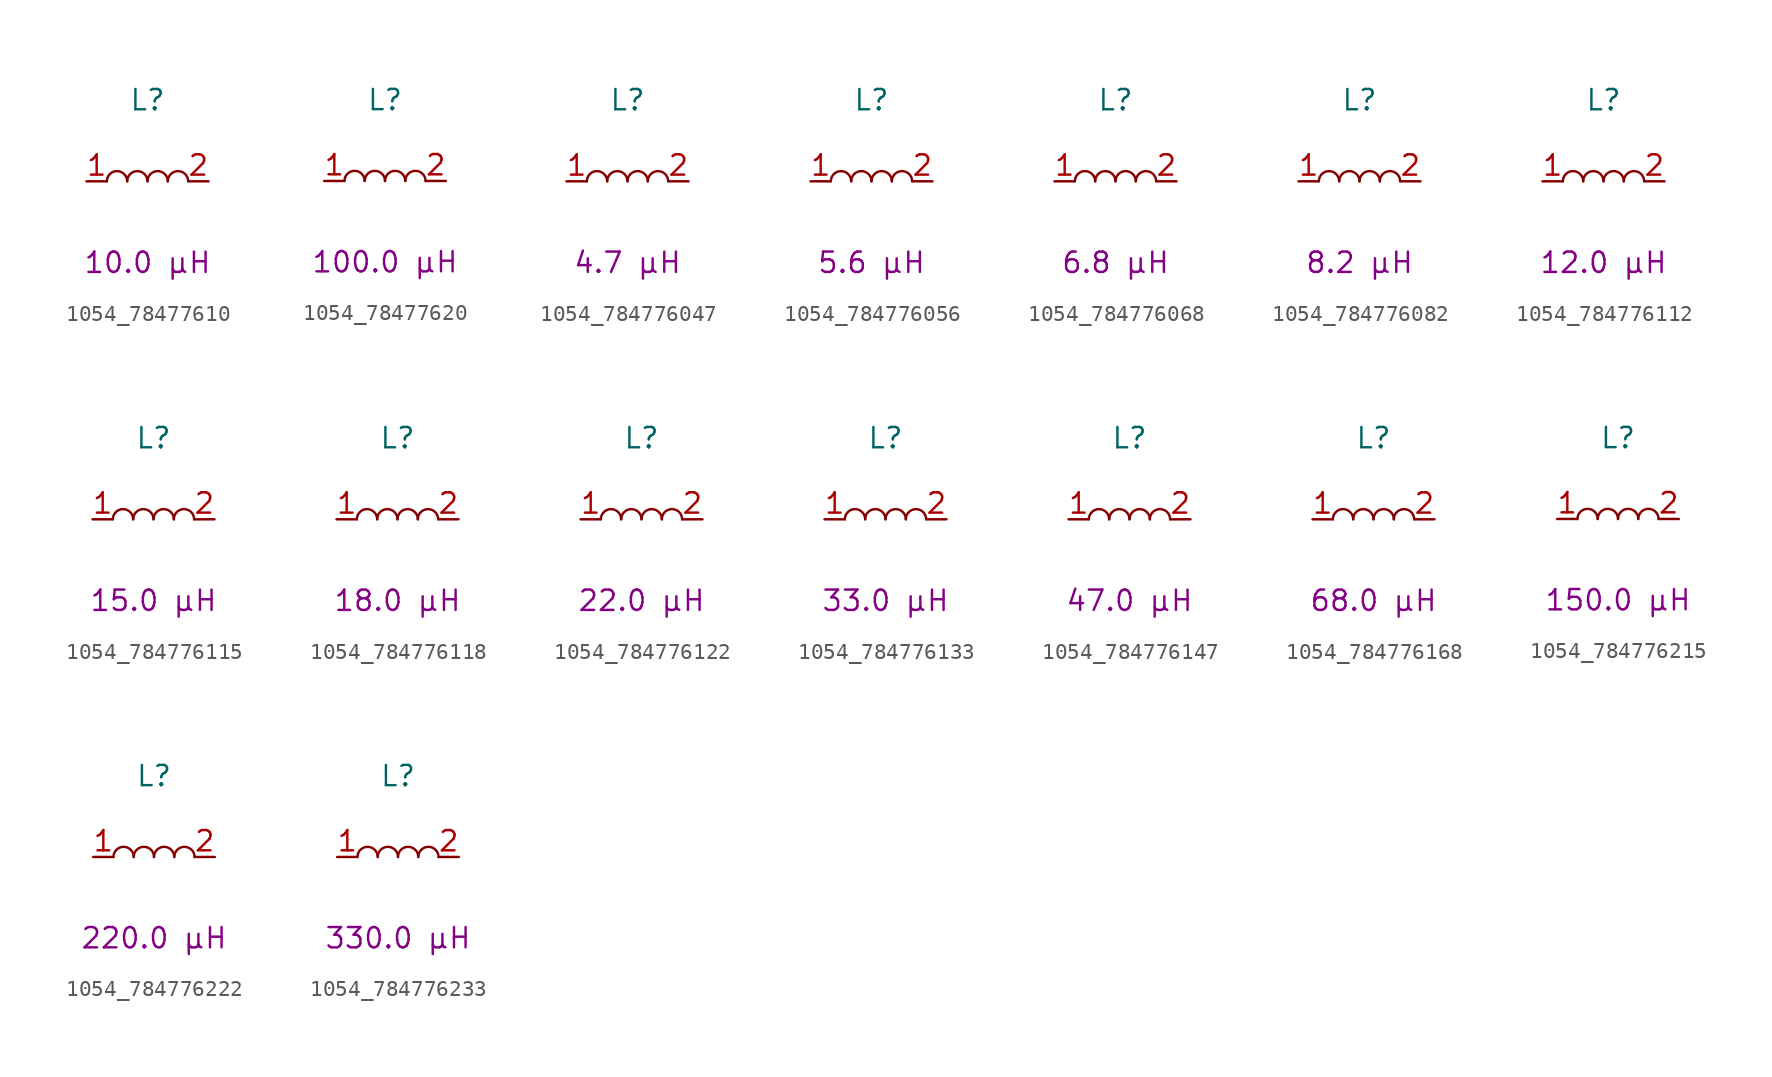
<source format=kicad_sym>
(kicad_symbol_lib
  (version 20220914)
  (generator kicad_symbol_editor)
  (symbol "1054_78477610"
    (pin_names hide)
    (property "Reference" "L"
      (at 0 5.08 0)
      (effects (font (size 1.27 1.27))))
    (property "Critical Parameter" "10.0 µH"
      (at 0 -5.08 0)
      (effects (font (size 1.27 1.27))))
    (symbol "1054_78477610_0_1"
      (arc (start -1.27 0) (mid -1.905 0.6323) (end -2.54 0) (stroke (width 0) (type default)) (fill (type none)))
      (arc (start 0 0) (mid -0.635 0.6323) (end -1.27 0) (stroke (width 0) (type default)) (fill (type none)))
      (arc (start 1.27 0) (mid 0.635 0.6323) (end 0 0) (stroke (width 0) (type default)) (fill (type none)))
      (arc (start 2.54 0) (mid 1.905 0.6323) (end 1.27 0) (stroke (width 0) (type default)) (fill (type none))))
    (symbol "1054_78477610_1_1"
      (pin passive line (at -3.81 0 0) (length 1.27) (name "1" (effects (font (size 1.27 1.27)))) (number "1" (effects (font (size 1.27 1.27)))))
      (pin passive line (at 3.81 0 180) (length 1.27) (name "2" (effects (font (size 1.27 1.27)))) (number "2" (effects (font (size 1.27 1.27)))))))
  (symbol "1054_78477620"
    (pin_names hide)
    (property "Reference" "L"
      (at 0 5.08 0)
      (effects (font (size 1.27 1.27))))
    (property "Critical Parameter" "100.0 µH"
      (at 0 -5.08 0)
      (effects (font (size 1.27 1.27))))
    (symbol "1054_78477620_0_1"
      (arc (start -1.27 0) (mid -1.905 0.6323) (end -2.54 0) (stroke (width 0) (type default)) (fill (type none)))
      (arc (start 0 0) (mid -0.635 0.6323) (end -1.27 0) (stroke (width 0) (type default)) (fill (type none)))
      (arc (start 1.27 0) (mid 0.635 0.6323) (end 0 0) (stroke (width 0) (type default)) (fill (type none)))
      (arc (start 2.54 0) (mid 1.905 0.6323) (end 1.27 0) (stroke (width 0) (type default)) (fill (type none))))
    (symbol "1054_78477620_1_1"
      (pin passive line (at -3.81 0 0) (length 1.27) (name "1" (effects (font (size 1.27 1.27)))) (number "1" (effects (font (size 1.27 1.27)))))
      (pin passive line (at 3.81 0 180) (length 1.27) (name "2" (effects (font (size 1.27 1.27)))) (number "2" (effects (font (size 1.27 1.27)))))))
  (symbol "1054_784776047"
    (pin_names hide)
    (property "Reference" "L"
      (at 0 5.08 0)
      (effects (font (size 1.27 1.27))))
    (property "Critical Parameter" "4.7 µH"
      (at 0 -5.08 0)
      (effects (font (size 1.27 1.27))))
    (symbol "1054_784776047_0_1"
      (arc (start -1.27 0) (mid -1.905 0.6323) (end -2.54 0) (stroke (width 0) (type default)) (fill (type none)))
      (arc (start 0 0) (mid -0.635 0.6323) (end -1.27 0) (stroke (width 0) (type default)) (fill (type none)))
      (arc (start 1.27 0) (mid 0.635 0.6323) (end 0 0) (stroke (width 0) (type default)) (fill (type none)))
      (arc (start 2.54 0) (mid 1.905 0.6323) (end 1.27 0) (stroke (width 0) (type default)) (fill (type none))))
    (symbol "1054_784776047_1_1"
      (pin passive line (at -3.81 0 0) (length 1.27) (name "1" (effects (font (size 1.27 1.27)))) (number "1" (effects (font (size 1.27 1.27)))))
      (pin passive line (at 3.81 0 180) (length 1.27) (name "2" (effects (font (size 1.27 1.27)))) (number "2" (effects (font (size 1.27 1.27)))))))
  (symbol "1054_784776056"
    (pin_names hide)
    (property "Reference" "L"
      (at 0 5.08 0)
      (effects (font (size 1.27 1.27))))
    (property "Critical Parameter" "5.6 µH"
      (at 0 -5.08 0)
      (effects (font (size 1.27 1.27))))
    (symbol "1054_784776056_0_1"
      (arc (start -1.27 0) (mid -1.905 0.6323) (end -2.54 0) (stroke (width 0) (type default)) (fill (type none)))
      (arc (start 0 0) (mid -0.635 0.6323) (end -1.27 0) (stroke (width 0) (type default)) (fill (type none)))
      (arc (start 1.27 0) (mid 0.635 0.6323) (end 0 0) (stroke (width 0) (type default)) (fill (type none)))
      (arc (start 2.54 0) (mid 1.905 0.6323) (end 1.27 0) (stroke (width 0) (type default)) (fill (type none))))
    (symbol "1054_784776056_1_1"
      (pin passive line (at -3.81 0 0) (length 1.27) (name "1" (effects (font (size 1.27 1.27)))) (number "1" (effects (font (size 1.27 1.27)))))
      (pin passive line (at 3.81 0 180) (length 1.27) (name "2" (effects (font (size 1.27 1.27)))) (number "2" (effects (font (size 1.27 1.27)))))))
  (symbol "1054_784776068"
    (pin_names hide)
    (property "Reference" "L"
      (at 0 5.08 0)
      (effects (font (size 1.27 1.27))))
    (property "Critical Parameter" "6.8 µH"
      (at 0 -5.08 0)
      (effects (font (size 1.27 1.27))))
    (symbol "1054_784776068_0_1"
      (arc (start -1.27 0) (mid -1.905 0.6323) (end -2.54 0) (stroke (width 0) (type default)) (fill (type none)))
      (arc (start 0 0) (mid -0.635 0.6323) (end -1.27 0) (stroke (width 0) (type default)) (fill (type none)))
      (arc (start 1.27 0) (mid 0.635 0.6323) (end 0 0) (stroke (width 0) (type default)) (fill (type none)))
      (arc (start 2.54 0) (mid 1.905 0.6323) (end 1.27 0) (stroke (width 0) (type default)) (fill (type none))))
    (symbol "1054_784776068_1_1"
      (pin passive line (at -3.81 0 0) (length 1.27) (name "1" (effects (font (size 1.27 1.27)))) (number "1" (effects (font (size 1.27 1.27)))))
      (pin passive line (at 3.81 0 180) (length 1.27) (name "2" (effects (font (size 1.27 1.27)))) (number "2" (effects (font (size 1.27 1.27)))))))
  (symbol "1054_784776082"
    (pin_names hide)
    (property "Reference" "L"
      (at 0 5.08 0)
      (effects (font (size 1.27 1.27))))
    (property "Critical Parameter" "8.2 µH"
      (at 0 -5.08 0)
      (effects (font (size 1.27 1.27))))
    (symbol "1054_784776082_0_1"
      (arc (start -1.27 0) (mid -1.905 0.6323) (end -2.54 0) (stroke (width 0) (type default)) (fill (type none)))
      (arc (start 0 0) (mid -0.635 0.6323) (end -1.27 0) (stroke (width 0) (type default)) (fill (type none)))
      (arc (start 1.27 0) (mid 0.635 0.6323) (end 0 0) (stroke (width 0) (type default)) (fill (type none)))
      (arc (start 2.54 0) (mid 1.905 0.6323) (end 1.27 0) (stroke (width 0) (type default)) (fill (type none))))
    (symbol "1054_784776082_1_1"
      (pin passive line (at -3.81 0 0) (length 1.27) (name "1" (effects (font (size 1.27 1.27)))) (number "1" (effects (font (size 1.27 1.27)))))
      (pin passive line (at 3.81 0 180) (length 1.27) (name "2" (effects (font (size 1.27 1.27)))) (number "2" (effects (font (size 1.27 1.27)))))))
  (symbol "1054_784776112"
    (pin_names hide)
    (property "Reference" "L"
      (at 0 5.08 0)
      (effects (font (size 1.27 1.27))))
    (property "Critical Parameter" "12.0 µH"
      (at 0 -5.08 0)
      (effects (font (size 1.27 1.27))))
    (symbol "1054_784776112_0_1"
      (arc (start -1.27 0) (mid -1.905 0.6323) (end -2.54 0) (stroke (width 0) (type default)) (fill (type none)))
      (arc (start 0 0) (mid -0.635 0.6323) (end -1.27 0) (stroke (width 0) (type default)) (fill (type none)))
      (arc (start 1.27 0) (mid 0.635 0.6323) (end 0 0) (stroke (width 0) (type default)) (fill (type none)))
      (arc (start 2.54 0) (mid 1.905 0.6323) (end 1.27 0) (stroke (width 0) (type default)) (fill (type none))))
    (symbol "1054_784776112_1_1"
      (pin passive line (at -3.81 0 0) (length 1.27) (name "1" (effects (font (size 1.27 1.27)))) (number "1" (effects (font (size 1.27 1.27)))))
      (pin passive line (at 3.81 0 180) (length 1.27) (name "2" (effects (font (size 1.27 1.27)))) (number "2" (effects (font (size 1.27 1.27)))))))
  (symbol "1054_784776115"
    (pin_names hide)
    (property "Reference" "L"
      (at 0 5.08 0)
      (effects (font (size 1.27 1.27))))
    (property "Critical Parameter" "15.0 µH"
      (at 0 -5.08 0)
      (effects (font (size 1.27 1.27))))
    (symbol "1054_784776115_0_1"
      (arc (start -1.27 0) (mid -1.905 0.6323) (end -2.54 0) (stroke (width 0) (type default)) (fill (type none)))
      (arc (start 0 0) (mid -0.635 0.6323) (end -1.27 0) (stroke (width 0) (type default)) (fill (type none)))
      (arc (start 1.27 0) (mid 0.635 0.6323) (end 0 0) (stroke (width 0) (type default)) (fill (type none)))
      (arc (start 2.54 0) (mid 1.905 0.6323) (end 1.27 0) (stroke (width 0) (type default)) (fill (type none))))
    (symbol "1054_784776115_1_1"
      (pin passive line (at -3.81 0 0) (length 1.27) (name "1" (effects (font (size 1.27 1.27)))) (number "1" (effects (font (size 1.27 1.27)))))
      (pin passive line (at 3.81 0 180) (length 1.27) (name "2" (effects (font (size 1.27 1.27)))) (number "2" (effects (font (size 1.27 1.27)))))))
  (symbol "1054_784776118"
    (pin_names hide)
    (property "Reference" "L"
      (at 0 5.08 0)
      (effects (font (size 1.27 1.27))))
    (property "Critical Parameter" "18.0 µH"
      (at 0 -5.08 0)
      (effects (font (size 1.27 1.27))))
    (symbol "1054_784776118_0_1"
      (arc (start -1.27 0) (mid -1.905 0.6323) (end -2.54 0) (stroke (width 0) (type default)) (fill (type none)))
      (arc (start 0 0) (mid -0.635 0.6323) (end -1.27 0) (stroke (width 0) (type default)) (fill (type none)))
      (arc (start 1.27 0) (mid 0.635 0.6323) (end 0 0) (stroke (width 0) (type default)) (fill (type none)))
      (arc (start 2.54 0) (mid 1.905 0.6323) (end 1.27 0) (stroke (width 0) (type default)) (fill (type none))))
    (symbol "1054_784776118_1_1"
      (pin passive line (at -3.81 0 0) (length 1.27) (name "1" (effects (font (size 1.27 1.27)))) (number "1" (effects (font (size 1.27 1.27)))))
      (pin passive line (at 3.81 0 180) (length 1.27) (name "2" (effects (font (size 1.27 1.27)))) (number "2" (effects (font (size 1.27 1.27)))))))
  (symbol "1054_784776122"
    (pin_names hide)
    (property "Reference" "L"
      (at 0 5.08 0)
      (effects (font (size 1.27 1.27))))
    (property "Critical Parameter" "22.0 µH"
      (at 0 -5.08 0)
      (effects (font (size 1.27 1.27))))
    (symbol "1054_784776122_0_1"
      (arc (start -1.27 0) (mid -1.905 0.6323) (end -2.54 0) (stroke (width 0) (type default)) (fill (type none)))
      (arc (start 0 0) (mid -0.635 0.6323) (end -1.27 0) (stroke (width 0) (type default)) (fill (type none)))
      (arc (start 1.27 0) (mid 0.635 0.6323) (end 0 0) (stroke (width 0) (type default)) (fill (type none)))
      (arc (start 2.54 0) (mid 1.905 0.6323) (end 1.27 0) (stroke (width 0) (type default)) (fill (type none))))
    (symbol "1054_784776122_1_1"
      (pin passive line (at -3.81 0 0) (length 1.27) (name "1" (effects (font (size 1.27 1.27)))) (number "1" (effects (font (size 1.27 1.27)))))
      (pin passive line (at 3.81 0 180) (length 1.27) (name "2" (effects (font (size 1.27 1.27)))) (number "2" (effects (font (size 1.27 1.27)))))))
  (symbol "1054_784776133"
    (pin_names hide)
    (property "Reference" "L"
      (at 0 5.08 0)
      (effects (font (size 1.27 1.27))))
    (property "Critical Parameter" "33.0 µH"
      (at 0 -5.08 0)
      (effects (font (size 1.27 1.27))))
    (symbol "1054_784776133_0_1"
      (arc (start -1.27 0) (mid -1.905 0.6323) (end -2.54 0) (stroke (width 0) (type default)) (fill (type none)))
      (arc (start 0 0) (mid -0.635 0.6323) (end -1.27 0) (stroke (width 0) (type default)) (fill (type none)))
      (arc (start 1.27 0) (mid 0.635 0.6323) (end 0 0) (stroke (width 0) (type default)) (fill (type none)))
      (arc (start 2.54 0) (mid 1.905 0.6323) (end 1.27 0) (stroke (width 0) (type default)) (fill (type none))))
    (symbol "1054_784776133_1_1"
      (pin passive line (at -3.81 0 0) (length 1.27) (name "1" (effects (font (size 1.27 1.27)))) (number "1" (effects (font (size 1.27 1.27)))))
      (pin passive line (at 3.81 0 180) (length 1.27) (name "2" (effects (font (size 1.27 1.27)))) (number "2" (effects (font (size 1.27 1.27)))))))
  (symbol "1054_784776147"
    (pin_names hide)
    (property "Reference" "L"
      (at 0 5.08 0)
      (effects (font (size 1.27 1.27))))
    (property "Critical Parameter" "47.0 µH"
      (at 0 -5.08 0)
      (effects (font (size 1.27 1.27))))
    (symbol "1054_784776147_0_1"
      (arc (start -1.27 0) (mid -1.905 0.6323) (end -2.54 0) (stroke (width 0) (type default)) (fill (type none)))
      (arc (start 0 0) (mid -0.635 0.6323) (end -1.27 0) (stroke (width 0) (type default)) (fill (type none)))
      (arc (start 1.27 0) (mid 0.635 0.6323) (end 0 0) (stroke (width 0) (type default)) (fill (type none)))
      (arc (start 2.54 0) (mid 1.905 0.6323) (end 1.27 0) (stroke (width 0) (type default)) (fill (type none))))
    (symbol "1054_784776147_1_1"
      (pin passive line (at -3.81 0 0) (length 1.27) (name "1" (effects (font (size 1.27 1.27)))) (number "1" (effects (font (size 1.27 1.27)))))
      (pin passive line (at 3.81 0 180) (length 1.27) (name "2" (effects (font (size 1.27 1.27)))) (number "2" (effects (font (size 1.27 1.27)))))))
  (symbol "1054_784776168"
    (pin_names hide)
    (property "Reference" "L"
      (at 0 5.08 0)
      (effects (font (size 1.27 1.27))))
    (property "Critical Parameter" "68.0 µH"
      (at 0 -5.08 0)
      (effects (font (size 1.27 1.27))))
    (symbol "1054_784776168_0_1"
      (arc (start -1.27 0) (mid -1.905 0.6323) (end -2.54 0) (stroke (width 0) (type default)) (fill (type none)))
      (arc (start 0 0) (mid -0.635 0.6323) (end -1.27 0) (stroke (width 0) (type default)) (fill (type none)))
      (arc (start 1.27 0) (mid 0.635 0.6323) (end 0 0) (stroke (width 0) (type default)) (fill (type none)))
      (arc (start 2.54 0) (mid 1.905 0.6323) (end 1.27 0) (stroke (width 0) (type default)) (fill (type none))))
    (symbol "1054_784776168_1_1"
      (pin passive line (at -3.81 0 0) (length 1.27) (name "1" (effects (font (size 1.27 1.27)))) (number "1" (effects (font (size 1.27 1.27)))))
      (pin passive line (at 3.81 0 180) (length 1.27) (name "2" (effects (font (size 1.27 1.27)))) (number "2" (effects (font (size 1.27 1.27)))))))
  (symbol "1054_784776215"
    (pin_names hide)
    (property "Reference" "L"
      (at 0 5.08 0)
      (effects (font (size 1.27 1.27))))
    (property "Critical Parameter" "150.0 µH"
      (at 0 -5.08 0)
      (effects (font (size 1.27 1.27))))
    (symbol "1054_784776215_0_1"
      (arc (start -1.27 0) (mid -1.905 0.6323) (end -2.54 0) (stroke (width 0) (type default)) (fill (type none)))
      (arc (start 0 0) (mid -0.635 0.6323) (end -1.27 0) (stroke (width 0) (type default)) (fill (type none)))
      (arc (start 1.27 0) (mid 0.635 0.6323) (end 0 0) (stroke (width 0) (type default)) (fill (type none)))
      (arc (start 2.54 0) (mid 1.905 0.6323) (end 1.27 0) (stroke (width 0) (type default)) (fill (type none))))
    (symbol "1054_784776215_1_1"
      (pin passive line (at -3.81 0 0) (length 1.27) (name "1" (effects (font (size 1.27 1.27)))) (number "1" (effects (font (size 1.27 1.27)))))
      (pin passive line (at 3.81 0 180) (length 1.27) (name "2" (effects (font (size 1.27 1.27)))) (number "2" (effects (font (size 1.27 1.27)))))))
  (symbol "1054_784776222"
    (pin_names hide)
    (property "Reference" "L"
      (at 0 5.08 0)
      (effects (font (size 1.27 1.27))))
    (property "Critical Parameter" "220.0 µH"
      (at 0 -5.08 0)
      (effects (font (size 1.27 1.27))))
    (symbol "1054_784776222_0_1"
      (arc (start -1.27 0) (mid -1.905 0.6323) (end -2.54 0) (stroke (width 0) (type default)) (fill (type none)))
      (arc (start 0 0) (mid -0.635 0.6323) (end -1.27 0) (stroke (width 0) (type default)) (fill (type none)))
      (arc (start 1.27 0) (mid 0.635 0.6323) (end 0 0) (stroke (width 0) (type default)) (fill (type none)))
      (arc (start 2.54 0) (mid 1.905 0.6323) (end 1.27 0) (stroke (width 0) (type default)) (fill (type none))))
    (symbol "1054_784776222_1_1"
      (pin passive line (at -3.81 0 0) (length 1.27) (name "1" (effects (font (size 1.27 1.27)))) (number "1" (effects (font (size 1.27 1.27)))))
      (pin passive line (at 3.81 0 180) (length 1.27) (name "2" (effects (font (size 1.27 1.27)))) (number "2" (effects (font (size 1.27 1.27)))))))
  (symbol "1054_784776233"
    (pin_names hide)
    (property "Reference" "L"
      (at 0 5.08 0)
      (effects (font (size 1.27 1.27))))
    (property "Critical Parameter" "330.0 µH"
      (at 0 -5.08 0)
      (effects (font (size 1.27 1.27))))
    (symbol "1054_784776233_0_1"
      (arc (start -1.27 0) (mid -1.905 0.6323) (end -2.54 0) (stroke (width 0) (type default)) (fill (type none)))
      (arc (start 0 0) (mid -0.635 0.6323) (end -1.27 0) (stroke (width 0) (type default)) (fill (type none)))
      (arc (start 1.27 0) (mid 0.635 0.6323) (end 0 0) (stroke (width 0) (type default)) (fill (type none)))
      (arc (start 2.54 0) (mid 1.905 0.6323) (end 1.27 0) (stroke (width 0) (type default)) (fill (type none))))
    (symbol "1054_784776233_1_1"
      (pin passive line (at -3.81 0 0) (length 1.27) (name "1" (effects (font (size 1.27 1.27)))) (number "1" (effects (font (size 1.27 1.27)))))
      (pin passive line (at 3.81 0 180) (length 1.27) (name "2" (effects (font (size 1.27 1.27)))) (number "2" (effects (font (size 1.27 1.27))))))))
</source>
